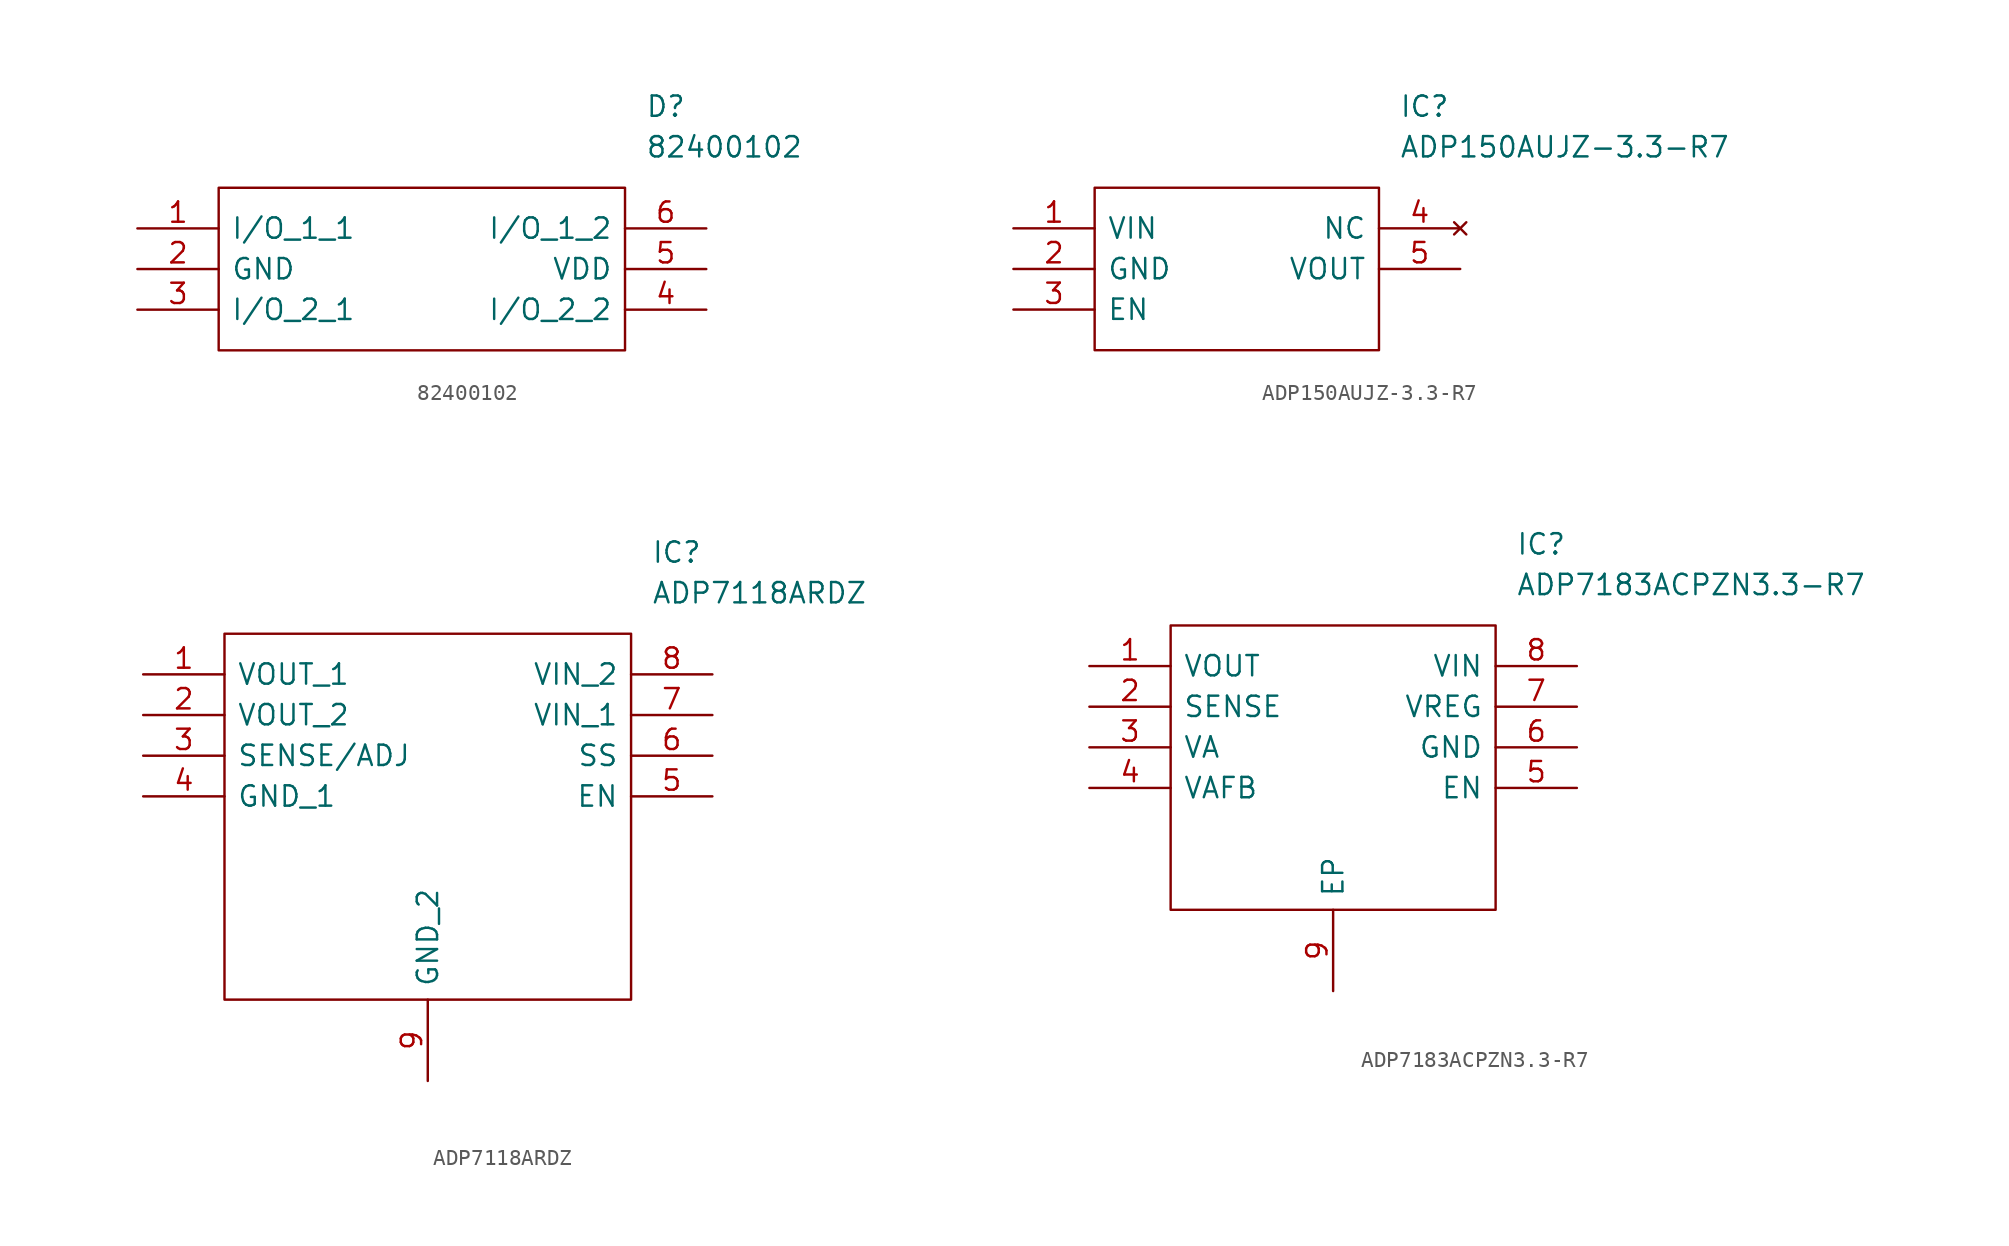
<source format=kicad_sym>
(kicad_symbol_lib
  (version 20211014)
  (generator kicad_symbol_editor)
  (symbol "82400102"
    (pin_names
      (offset 0.762))
    (property "Reference" "D"
      (at 31.75 7.62 0)
      (effects (font (size 1.27 1.27)) (justify left)))
    (property "Value" "82400102"
      (at 31.75 5.08 0)
      (effects (font (size 1.27 1.27)) (justify left)))
    (symbol "82400102_0_0"
      (pin passive line (at 0 0 0) (length 5.08) (name "I/O_1_1" (effects (font (size 1.27 1.27)))) (number "1" (effects (font (size 1.27 1.27)))))
      (pin passive line (at 0 -2.54 0) (length 5.08) (name "GND" (effects (font (size 1.27 1.27)))) (number "2" (effects (font (size 1.27 1.27)))))
      (pin passive line (at 0 -5.08 0) (length 5.08) (name "I/O_2_1" (effects (font (size 1.27 1.27)))) (number "3" (effects (font (size 1.27 1.27)))))
      (pin passive line (at 35.56 -5.08 180) (length 5.08) (name "I/O_2_2" (effects (font (size 1.27 1.27)))) (number "4" (effects (font (size 1.27 1.27)))))
      (pin passive line (at 35.56 -2.54 180) (length 5.08) (name "VDD" (effects (font (size 1.27 1.27)))) (number "5" (effects (font (size 1.27 1.27)))))
      (pin passive line (at 35.56 0 180) (length 5.08) (name "I/O_1_2" (effects (font (size 1.27 1.27)))) (number "6" (effects (font (size 1.27 1.27))))))
    (symbol "82400102_0_1"
      (polyline (pts (xy 5.08 2.54) (xy 30.48 2.54) (xy 30.48 -7.62) (xy 5.08 -7.62) (xy 5.08 2.54)) (stroke (width 0.152) (type default) (color 0 0 0 0)) (fill (type none)))))
  (symbol "ADP150AUJZ-3.3-R7"
    (pin_names
      (offset 0.762))
    (property "Reference" "IC"
      (at 24.13 7.62 0)
      (effects (font (size 1.27 1.27)) (justify left)))
    (property "Value" "ADP150AUJZ-3.3-R7"
      (at 24.13 5.08 0)
      (effects (font (size 1.27 1.27)) (justify left)))
    (symbol "ADP150AUJZ-3.3-R7_0_0"
      (pin passive line (at 0 0 0) (length 5.08) (name "VIN" (effects (font (size 1.27 1.27)))) (number "1" (effects (font (size 1.27 1.27)))))
      (pin passive line (at 0 -2.54 0) (length 5.08) (name "GND" (effects (font (size 1.27 1.27)))) (number "2" (effects (font (size 1.27 1.27)))))
      (pin passive line (at 0 -5.08 0) (length 5.08) (name "EN" (effects (font (size 1.27 1.27)))) (number "3" (effects (font (size 1.27 1.27)))))
      (pin no_connect line (at 27.94 0 180) (length 5.08) (name "NC" (effects (font (size 1.27 1.27)))) (number "4" (effects (font (size 1.27 1.27)))))
      (pin power_out line (at 27.94 -2.54 180) (length 5.08) (name "VOUT" (effects (font (size 1.27 1.27)))) (number "5" (effects (font (size 1.27 1.27))))))
    (symbol "ADP150AUJZ-3.3-R7_0_1"
      (polyline (pts (xy 5.08 2.54) (xy 22.86 2.54) (xy 22.86 -7.62) (xy 5.08 -7.62) (xy 5.08 2.54)) (stroke (width 0.152) (type default) (color 0 0 0 0)) (fill (type none)))))
  (symbol "ADP7118ARDZ"
    (pin_names
      (offset 0.762))
    (property "Reference" "IC"
      (at 31.75 7.62 0)
      (effects (font (size 1.27 1.27)) (justify left)))
    (property "Value" "ADP7118ARDZ"
      (at 31.75 5.08 0)
      (effects (font (size 1.27 1.27)) (justify left)))
    (symbol "ADP7118ARDZ_0_0"
      (pin power_out line (at 0 0 0) (length 5.08) (name "VOUT_1" (effects (font (size 1.27 1.27)))) (number "1" (effects (font (size 1.27 1.27)))))
      (pin power_out line (at 0 -2.54 0) (length 5.08) (name "VOUT_2" (effects (font (size 1.27 1.27)))) (number "2" (effects (font (size 1.27 1.27)))))
      (pin passive line (at 0 -5.08 0) (length 5.08) (name "SENSE/ADJ" (effects (font (size 1.27 1.27)))) (number "3" (effects (font (size 1.27 1.27)))))
      (pin power_in line (at 0 -7.62 0) (length 5.08) (name "GND_1" (effects (font (size 1.27 1.27)))) (number "4" (effects (font (size 1.27 1.27)))))
      (pin input line (at 35.56 -7.62 180) (length 5.08) (name "EN" (effects (font (size 1.27 1.27)))) (number "5" (effects (font (size 1.27 1.27)))))
      (pin input line (at 35.56 -5.08 180) (length 5.08) (name "SS" (effects (font (size 1.27 1.27)))) (number "6" (effects (font (size 1.27 1.27)))))
      (pin passive line (at 35.56 -2.54 180) (length 5.08) (name "VIN_1" (effects (font (size 1.27 1.27)))) (number "7" (effects (font (size 1.27 1.27)))))
      (pin passive line (at 35.56 0 180) (length 5.08) (name "VIN_2" (effects (font (size 1.27 1.27)))) (number "8" (effects (font (size 1.27 1.27)))))
      (pin power_in line (at 17.78 -25.4 90) (length 5.08) (name "GND_2" (effects (font (size 1.27 1.27)))) (number "9" (effects (font (size 1.27 1.27))))))
    (symbol "ADP7118ARDZ_0_1"
      (polyline (pts (xy 5.08 2.54) (xy 30.48 2.54) (xy 30.48 -20.32) (xy 5.08 -20.32) (xy 5.08 2.54)) (stroke (width 0.152) (type default) (color 0 0 0 0)) (fill (type none)))))
  (symbol "ADP7183ACPZN3.3-R7"
    (pin_names
      (offset 0.762))
    (property "Reference" "IC"
      (at 26.67 7.62 0)
      (effects (font (size 1.27 1.27)) (justify left)))
    (property "Value" "ADP7183ACPZN3.3-R7"
      (at 26.67 5.08 0)
      (effects (font (size 1.27 1.27)) (justify left)))
    (symbol "ADP7183ACPZN3.3-R7_0_0"
      (pin passive line (at 0 0 0) (length 5.08) (name "VOUT" (effects (font (size 1.27 1.27)))) (number "1" (effects (font (size 1.27 1.27)))))
      (pin passive line (at 0 -2.54 0) (length 5.08) (name "SENSE" (effects (font (size 1.27 1.27)))) (number "2" (effects (font (size 1.27 1.27)))))
      (pin passive line (at 0 -5.08 0) (length 5.08) (name "VA" (effects (font (size 1.27 1.27)))) (number "3" (effects (font (size 1.27 1.27)))))
      (pin passive line (at 0 -7.62 0) (length 5.08) (name "VAFB" (effects (font (size 1.27 1.27)))) (number "4" (effects (font (size 1.27 1.27)))))
      (pin passive line (at 30.48 -7.62 180) (length 5.08) (name "EN" (effects (font (size 1.27 1.27)))) (number "5" (effects (font (size 1.27 1.27)))))
      (pin passive line (at 30.48 -5.08 180) (length 5.08) (name "GND" (effects (font (size 1.27 1.27)))) (number "6" (effects (font (size 1.27 1.27)))))
      (pin passive line (at 30.48 -2.54 180) (length 5.08) (name "VREG" (effects (font (size 1.27 1.27)))) (number "7" (effects (font (size 1.27 1.27)))))
      (pin passive line (at 30.48 0 180) (length 5.08) (name "VIN" (effects (font (size 1.27 1.27)))) (number "8" (effects (font (size 1.27 1.27)))))
      (pin passive line (at 15.24 -20.32 90) (length 5.08) (name "EP" (effects (font (size 1.27 1.27)))) (number "9" (effects (font (size 1.27 1.27))))))
    (symbol "ADP7183ACPZN3.3-R7_0_1"
      (polyline (pts (xy 5.08 2.54) (xy 25.4 2.54) (xy 25.4 -15.24) (xy 5.08 -15.24) (xy 5.08 2.54)) (stroke (width 0.152) (type default) (color 0 0 0 0)) (fill (type none))))))
</source>
